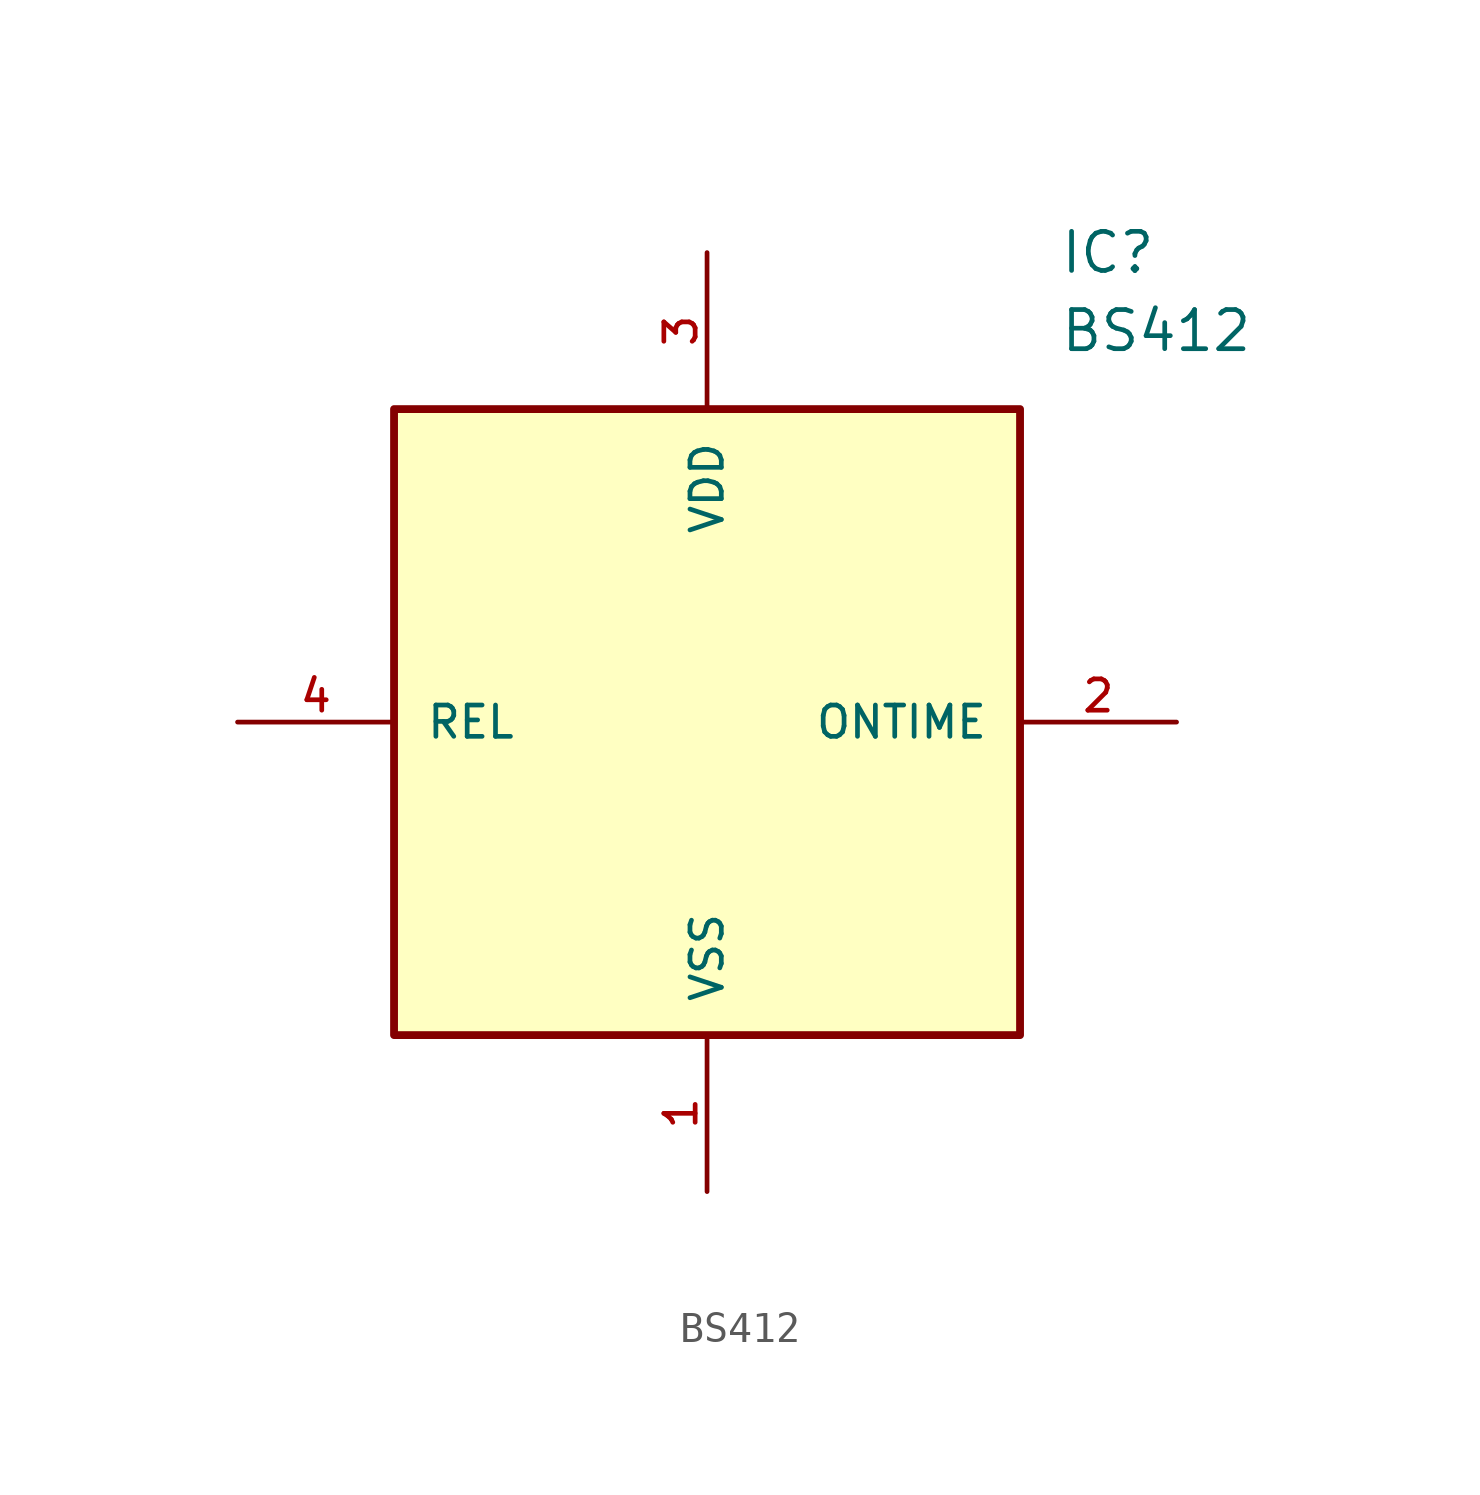
<source format=kicad_sym>
(kicad_symbol_lib
  (version 20211014)
  (generator kicad_symbol_editor)
  (symbol "BS412"
    (pin_names
      (offset 1.016))
    (property "Reference" "IC"
      (at 26.67 15.24 0)
      (effects (font (size 1.27 1.27)) (justify left)))
    (property "Value" "BS412"
      (at 26.67 12.7 0)
      (effects (font (size 1.27 1.27)) (justify left)))
    (symbol "BS412_0_0"
      (rectangle (start 5.08 -10.16) (end 25.4 10.16) (stroke (width 0.254)) (fill (type background)))
      (pin bidirectional line (at 15.24 -15.24 90.0) (length 5.08) (name "VSS" (effects (font (size 1.016 1.016)))) (number "1" (effects (font (size 1.016 1.016)))))
      (pin bidirectional line (at 30.48 0.0 180.0) (length 5.08) (name "ONTIME" (effects (font (size 1.016 1.016)))) (number "2" (effects (font (size 1.016 1.016)))))
      (pin bidirectional line (at 15.24 15.24 270.0) (length 5.08) (name "VDD" (effects (font (size 1.016 1.016)))) (number "3" (effects (font (size 1.016 1.016)))))
      (pin bidirectional line (at 0.0 0.0 0) (length 5.08) (name "REL" (effects (font (size 1.016 1.016)))) (number "4" (effects (font (size 1.016 1.016))))))))
</source>
